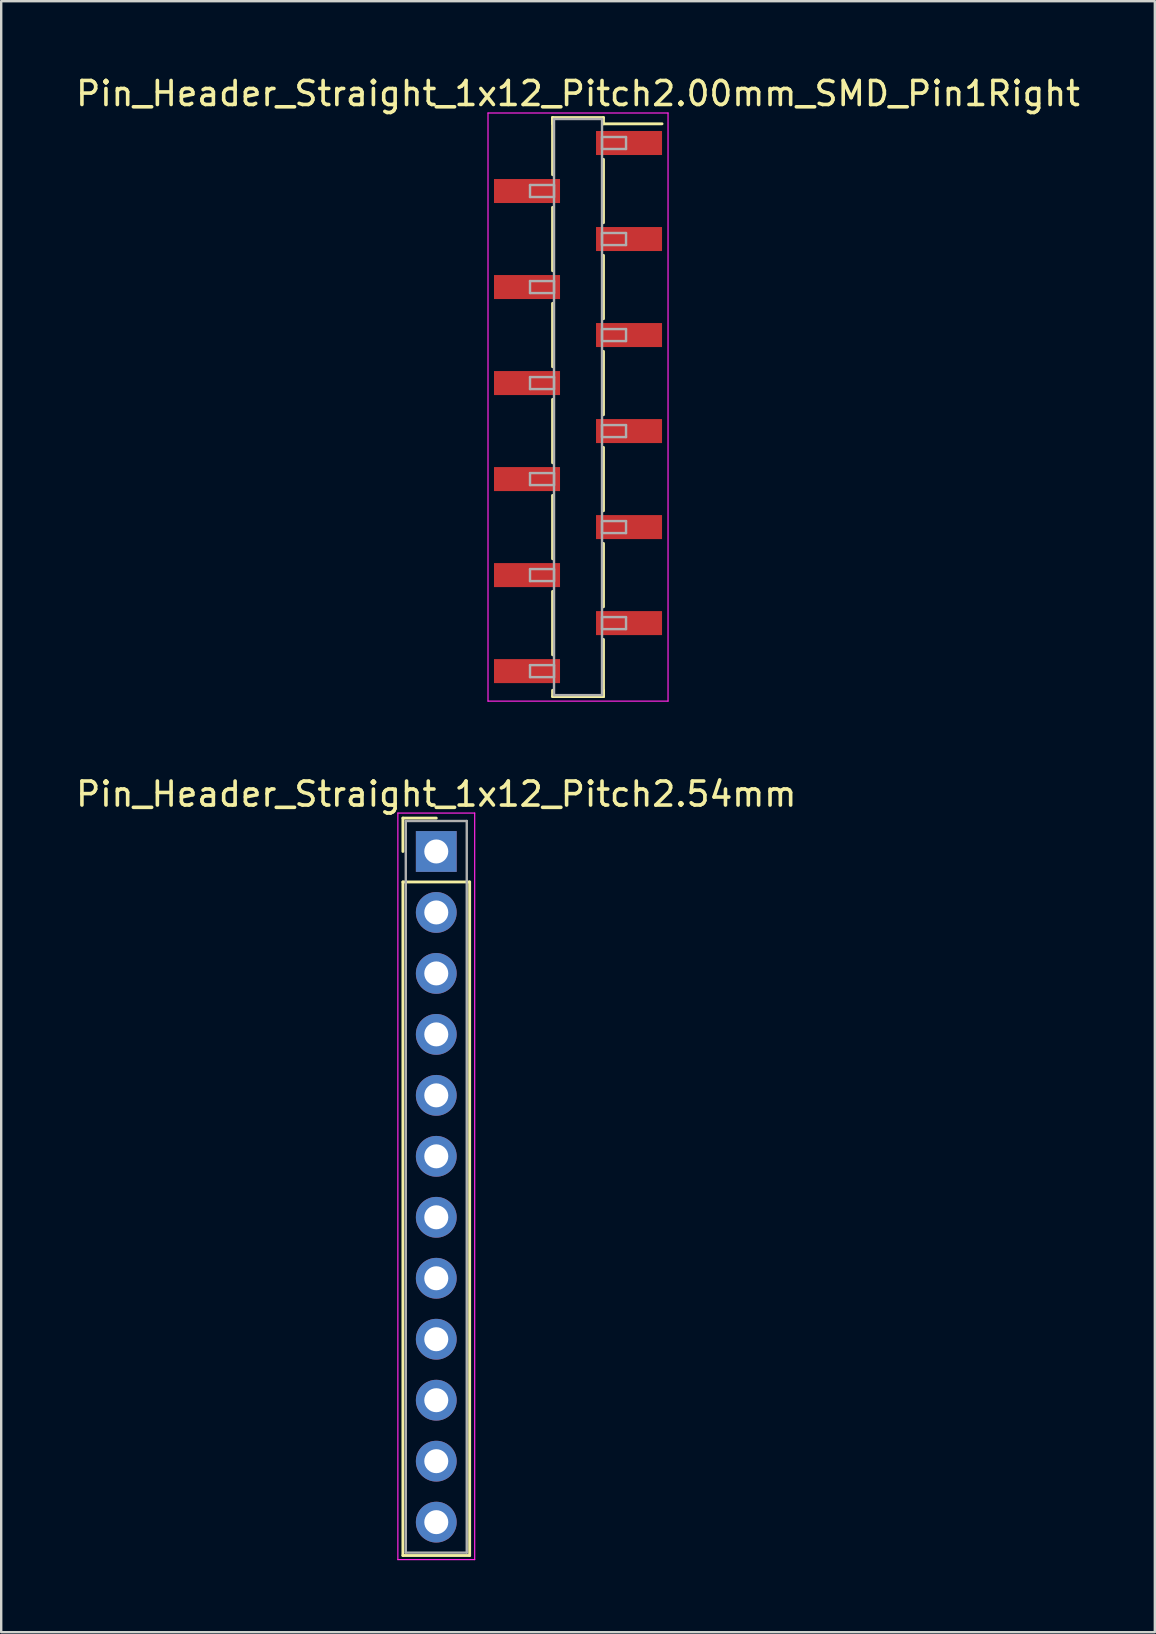
<source format=kicad_pcb>
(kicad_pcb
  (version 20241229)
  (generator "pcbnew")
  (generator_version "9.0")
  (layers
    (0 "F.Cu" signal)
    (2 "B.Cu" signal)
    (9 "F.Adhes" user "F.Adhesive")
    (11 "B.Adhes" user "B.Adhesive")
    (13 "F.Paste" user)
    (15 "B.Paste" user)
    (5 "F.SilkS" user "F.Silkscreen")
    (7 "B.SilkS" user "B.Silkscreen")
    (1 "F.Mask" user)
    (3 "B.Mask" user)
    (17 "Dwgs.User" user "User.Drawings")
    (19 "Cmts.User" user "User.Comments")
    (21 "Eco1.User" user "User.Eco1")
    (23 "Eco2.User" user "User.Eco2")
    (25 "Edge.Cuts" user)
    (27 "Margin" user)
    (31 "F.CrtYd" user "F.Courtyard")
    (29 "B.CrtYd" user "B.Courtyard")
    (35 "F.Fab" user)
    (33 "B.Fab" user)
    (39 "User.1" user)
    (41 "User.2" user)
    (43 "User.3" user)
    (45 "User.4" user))
  (footprint "Pin_Header_Straight_1x12_Pitch2.00mm_SMD_Pin1Right"
    (layer "F.Cu")
    (at 21.03 13.908)
    (property "Reference" "Pin_Header_Straight_1x12_Pitch2.00mm_SMD_Pin1Right" (at 0 -13.06 0) (layer "F.SilkS") (effects (font (size 1 1) (thickness 0.15))))
    (attr smd)
    (fp_line (start -1.06 -12.06) (end -1.06 -9.68) (stroke (width 0.12) (type solid)) (layer "F.SilkS"))
    (fp_line (start -1.06 -12.06) (end 1.06 -12.06) (stroke (width 0.12) (type solid)) (layer "F.SilkS"))
    (fp_line (start -1.06 -11.8) (end -1.06 -12.06) (stroke (width 0.12) (type solid)) (layer "F.SilkS"))
    (fp_line (start -1.06 -8.32) (end -1.06 -5.68) (stroke (width 0.12) (type solid)) (layer "F.SilkS"))
    (fp_line (start -1.06 -4.32) (end -1.06 -1.68) (stroke (width 0.12) (type solid)) (layer "F.SilkS"))
    (fp_line (start -1.06 -0.32) (end -1.06 2.32) (stroke (width 0.12) (type solid)) (layer "F.SilkS"))
    (fp_line (start -1.06 3.68) (end -1.06 6.32) (stroke (width 0.12) (type solid)) (layer "F.SilkS"))
    (fp_line (start -1.06 7.68) (end -1.06 10.32) (stroke (width 0.12) (type solid)) (layer "F.SilkS"))
    (fp_line (start -1.06 11.8) (end -1.06 12.06) (stroke (width 0.12) (type solid)) (layer "F.SilkS"))
    (fp_line (start -1.06 12.06) (end 1.06 12.06) (stroke (width 0.12) (type solid)) (layer "F.SilkS"))
    (fp_line (start 1.06 -12.06) (end 1.06 -11.8) (stroke (width 0.12) (type solid)) (layer "F.SilkS"))
    (fp_line (start 1.06 -11.8) (end 3.5 -11.8) (stroke (width 0.12) (type solid)) (layer "F.SilkS"))
    (fp_line (start 1.06 -10.32) (end 1.06 -7.68) (stroke (width 0.12) (type solid)) (layer "F.SilkS"))
    (fp_line (start 1.06 -6.32) (end 1.06 -3.68) (stroke (width 0.12) (type solid)) (layer "F.SilkS"))
    (fp_line (start 1.06 -2.32) (end 1.06 0.32) (stroke (width 0.12) (type solid)) (layer "F.SilkS"))
    (fp_line (start 1.06 1.68) (end 1.06 4.32) (stroke (width 0.12) (type solid)) (layer "F.SilkS"))
    (fp_line (start 1.06 5.68) (end 1.06 8.32) (stroke (width 0.12) (type solid)) (layer "F.SilkS"))
    (fp_line (start 1.06 9.68) (end 1.06 12.06) (stroke (width 0.12) (type solid)) (layer "F.SilkS"))
    (fp_line (start 1.06 12.06) (end 1.06 11.8) (stroke (width 0.12) (type solid)) (layer "F.SilkS"))
    (fp_line (start -3.75 -12.25) (end -3.75 12.25) (stroke (width 0.05) (type solid)) (layer "F.CrtYd"))
    (fp_line (start -3.75 12.25) (end 3.75 12.25) (stroke (width 0.05) (type solid)) (layer "F.CrtYd"))
    (fp_line (start 3.75 -12.25) (end -3.75 -12.25) (stroke (width 0.05) (type solid)) (layer "F.CrtYd"))
    (fp_line (start 3.75 12.25) (end 3.75 -12.25) (stroke (width 0.05) (type solid)) (layer "F.CrtYd"))
    (fp_line (start -2 -9.25) (end -1 -9.25) (stroke (width 0.1) (type solid)) (layer "F.Fab"))
    (fp_line (start -2 -8.75) (end -2 -9.25) (stroke (width 0.1) (type solid)) (layer "F.Fab"))
    (fp_line (start -2 -5.25) (end -1 -5.25) (stroke (width 0.1) (type solid)) (layer "F.Fab"))
    (fp_line (start -2 -4.75) (end -2 -5.25) (stroke (width 0.1) (type solid)) (layer "F.Fab"))
    (fp_line (start -2 -1.25) (end -1 -1.25) (stroke (width 0.1) (type solid)) (layer "F.Fab"))
    (fp_line (start -2 -0.75) (end -2 -1.25) (stroke (width 0.1) (type solid)) (layer "F.Fab"))
    (fp_line (start -2 2.75) (end -1 2.75) (stroke (width 0.1) (type solid)) (layer "F.Fab"))
    (fp_line (start -2 3.25) (end -2 2.75) (stroke (width 0.1) (type solid)) (layer "F.Fab"))
    (fp_line (start -2 6.75) (end -1 6.75) (stroke (width 0.1) (type solid)) (layer "F.Fab"))
    (fp_line (start -2 7.25) (end -2 6.75) (stroke (width 0.1) (type solid)) (layer "F.Fab"))
    (fp_line (start -2 10.75) (end -1 10.75) (stroke (width 0.1) (type solid)) (layer "F.Fab"))
    (fp_line (start -2 11.25) (end -2 10.75) (stroke (width 0.1) (type solid)) (layer "F.Fab"))
    (fp_line (start -1 -12) (end -1 12) (stroke (width 0.1) (type solid)) (layer "F.Fab"))
    (fp_line (start -1 -9.25) (end -1 -8.75) (stroke (width 0.1) (type solid)) (layer "F.Fab"))
    (fp_line (start -1 -8.75) (end -2 -8.75) (stroke (width 0.1) (type solid)) (layer "F.Fab"))
    (fp_line (start -1 -5.25) (end -1 -4.75) (stroke (width 0.1) (type solid)) (layer "F.Fab"))
    (fp_line (start -1 -4.75) (end -2 -4.75) (stroke (width 0.1) (type solid)) (layer "F.Fab"))
    (fp_line (start -1 -1.25) (end -1 -0.75) (stroke (width 0.1) (type solid)) (layer "F.Fab"))
    (fp_line (start -1 -0.75) (end -2 -0.75) (stroke (width 0.1) (type solid)) (layer "F.Fab"))
    (fp_line (start -1 2.75) (end -1 3.25) (stroke (width 0.1) (type solid)) (layer "F.Fab"))
    (fp_line (start -1 3.25) (end -2 3.25) (stroke (width 0.1) (type solid)) (layer "F.Fab"))
    (fp_line (start -1 6.75) (end -1 7.25) (stroke (width 0.1) (type solid)) (layer "F.Fab"))
    (fp_line (start -1 7.25) (end -2 7.25) (stroke (width 0.1) (type solid)) (layer "F.Fab"))
    (fp_line (start -1 10.75) (end -1 11.25) (stroke (width 0.1) (type solid)) (layer "F.Fab"))
    (fp_line (start -1 11.25) (end -2 11.25) (stroke (width 0.1) (type solid)) (layer "F.Fab"))
    (fp_line (start -1 12) (end 1 12) (stroke (width 0.1) (type solid)) (layer "F.Fab"))
    (fp_line (start 1 -12) (end -1 -12) (stroke (width 0.1) (type solid)) (layer "F.Fab"))
    (fp_line (start 1 -11.25) (end 1 -10.75) (stroke (width 0.1) (type solid)) (layer "F.Fab"))
    (fp_line (start 1 -10.75) (end 2 -10.75) (stroke (width 0.1) (type solid)) (layer "F.Fab"))
    (fp_line (start 1 -7.25) (end 1 -6.75) (stroke (width 0.1) (type solid)) (layer "F.Fab"))
    (fp_line (start 1 -6.75) (end 2 -6.75) (stroke (width 0.1) (type solid)) (layer "F.Fab"))
    (fp_line (start 1 -3.25) (end 1 -2.75) (stroke (width 0.1) (type solid)) (layer "F.Fab"))
    (fp_line (start 1 -2.75) (end 2 -2.75) (stroke (width 0.1) (type solid)) (layer "F.Fab"))
    (fp_line (start 1 0.75) (end 1 1.25) (stroke (width 0.1) (type solid)) (layer "F.Fab"))
    (fp_line (start 1 1.25) (end 2 1.25) (stroke (width 0.1) (type solid)) (layer "F.Fab"))
    (fp_line (start 1 4.75) (end 1 5.25) (stroke (width 0.1) (type solid)) (layer "F.Fab"))
    (fp_line (start 1 5.25) (end 2 5.25) (stroke (width 0.1) (type solid)) (layer "F.Fab"))
    (fp_line (start 1 8.75) (end 1 9.25) (stroke (width 0.1) (type solid)) (layer "F.Fab"))
    (fp_line (start 1 9.25) (end 2 9.25) (stroke (width 0.1) (type solid)) (layer "F.Fab"))
    (fp_line (start 1 12) (end 1 -12) (stroke (width 0.1) (type solid)) (layer "F.Fab"))
    (fp_line (start 2 -11.25) (end 1 -11.25) (stroke (width 0.1) (type solid)) (layer "F.Fab"))
    (fp_line (start 2 -10.75) (end 2 -11.25) (stroke (width 0.1) (type solid)) (layer "F.Fab"))
    (fp_line (start 2 -7.25) (end 1 -7.25) (stroke (width 0.1) (type solid)) (layer "F.Fab"))
    (fp_line (start 2 -6.75) (end 2 -7.25) (stroke (width 0.1) (type solid)) (layer "F.Fab"))
    (fp_line (start 2 -3.25) (end 1 -3.25) (stroke (width 0.1) (type solid)) (layer "F.Fab"))
    (fp_line (start 2 -2.75) (end 2 -3.25) (stroke (width 0.1) (type solid)) (layer "F.Fab"))
    (fp_line (start 2 0.75) (end 1 0.75) (stroke (width 0.1) (type solid)) (layer "F.Fab"))
    (fp_line (start 2 1.25) (end 2 0.75) (stroke (width 0.1) (type solid)) (layer "F.Fab"))
    (fp_line (start 2 4.75) (end 1 4.75) (stroke (width 0.1) (type solid)) (layer "F.Fab"))
    (fp_line (start 2 5.25) (end 2 4.75) (stroke (width 0.1) (type solid)) (layer "F.Fab"))
    (fp_line (start 2 8.75) (end 1 8.75) (stroke (width 0.1) (type solid)) (layer "F.Fab"))
    (fp_line (start 2 9.25) (end 2 8.75) (stroke (width 0.1) (type solid)) (layer "F.Fab"))
    (pad "1" smd rect (at 2.125 -11) (size 2.75 1) (layers "F.Cu" "F.Mask"))
    (pad "2" smd rect (at -2.125 -9) (size 2.75 1) (layers "F.Cu" "F.Mask"))
    (pad "3" smd rect (at 2.125 -7) (size 2.75 1) (layers "F.Cu" "F.Mask"))
    (pad "4" smd rect (at -2.125 -5) (size 2.75 1) (layers "F.Cu" "F.Mask"))
    (pad "5" smd rect (at 2.125 -3) (size 2.75 1) (layers "F.Cu" "F.Mask"))
    (pad "6" smd rect (at -2.125 -1) (size 2.75 1) (layers "F.Cu" "F.Mask"))
    (pad "7" smd rect (at 2.125 1) (size 2.75 1) (layers "F.Cu" "F.Mask"))
    (pad "8" smd rect (at -2.125 3) (size 2.75 1) (layers "F.Cu" "F.Mask"))
    (pad "9" smd rect (at 2.125 5) (size 2.75 1) (layers "F.Cu" "F.Mask"))
    (pad "10" smd rect (at -2.125 7) (size 2.75 1) (layers "F.Cu" "F.Mask"))
    (pad "11" smd rect (at 2.125 9) (size 2.75 1) (layers "F.Cu" "F.Mask"))
    (pad "12" smd rect (at -2.125 11) (size 2.75 1) (layers "F.Cu" "F.Mask")))
  (footprint "Pin_Header_Straight_1x12_Pitch2.54mm"
    (layer "F.Cu")
    (at 15.125 32.422)
    (property "Reference" "Pin_Header_Straight_1x12_Pitch2.54mm" (at 0 -2.39 0) (layer "F.SilkS") (effects (font (size 1 1) (thickness 0.15))))
    (attr through_hole)
    (fp_line (start -1.39 -1.39) (end 0 -1.39) (stroke (width 0.12) (type solid)) (layer "F.SilkS"))
    (fp_line (start -1.39 0) (end -1.39 -1.39) (stroke (width 0.12) (type solid)) (layer "F.SilkS"))
    (fp_line (start -1.39 1.27) (end -1.39 29.33) (stroke (width 0.12) (type solid)) (layer "F.SilkS"))
    (fp_line (start -1.39 29.33) (end 1.39 29.33) (stroke (width 0.12) (type solid)) (layer "F.SilkS"))
    (fp_line (start 1.39 1.27) (end -1.39 1.27) (stroke (width 0.12) (type solid)) (layer "F.SilkS"))
    (fp_line (start 1.39 29.33) (end 1.39 1.27) (stroke (width 0.12) (type solid)) (layer "F.SilkS"))
    (fp_line (start -1.6 -1.6) (end -1.6 29.5) (stroke (width 0.05) (type solid)) (layer "F.CrtYd"))
    (fp_line (start -1.6 29.5) (end 1.6 29.5) (stroke (width 0.05) (type solid)) (layer "F.CrtYd"))
    (fp_line (start 1.6 -1.6) (end -1.6 -1.6) (stroke (width 0.05) (type solid)) (layer "F.CrtYd"))
    (fp_line (start 1.6 29.5) (end 1.6 -1.6) (stroke (width 0.05) (type solid)) (layer "F.CrtYd"))
    (fp_line (start -1.27 -1.27) (end -1.27 29.21) (stroke (width 0.1) (type solid)) (layer "F.Fab"))
    (fp_line (start -1.27 29.21) (end 1.27 29.21) (stroke (width 0.1) (type solid)) (layer "F.Fab"))
    (fp_line (start 1.27 -1.27) (end -1.27 -1.27) (stroke (width 0.1) (type solid)) (layer "F.Fab"))
    (fp_line (start 1.27 29.21) (end 1.27 -1.27) (stroke (width 0.1) (type solid)) (layer "F.Fab"))
    (pad "1" thru_hole rect (at 0 0) (size 1.7 1.7) (drill 1) (layers "*.Cu" "*.Mask"))
    (pad "2" thru_hole oval (at 0 2.54) (size 1.7 1.7) (drill 1) (layers "*.Cu" "*.Mask"))
    (pad "3" thru_hole oval (at 0 5.08) (size 1.7 1.7) (drill 1) (layers "*.Cu" "*.Mask"))
    (pad "4" thru_hole oval (at 0 7.62) (size 1.7 1.7) (drill 1) (layers "*.Cu" "*.Mask"))
    (pad "5" thru_hole oval (at 0 10.16) (size 1.7 1.7) (drill 1) (layers "*.Cu" "*.Mask"))
    (pad "6" thru_hole oval (at 0 12.7) (size 1.7 1.7) (drill 1) (layers "*.Cu" "*.Mask"))
    (pad "7" thru_hole oval (at 0 15.24) (size 1.7 1.7) (drill 1) (layers "*.Cu" "*.Mask"))
    (pad "8" thru_hole oval (at 0 17.78) (size 1.7 1.7) (drill 1) (layers "*.Cu" "*.Mask"))
    (pad "9" thru_hole oval (at 0 20.32) (size 1.7 1.7) (drill 1) (layers "*.Cu" "*.Mask"))
    (pad "10" thru_hole oval (at 0 22.86) (size 1.7 1.7) (drill 1) (layers "*.Cu" "*.Mask"))
    (pad "11" thru_hole oval (at 0 25.4) (size 1.7 1.7) (drill 1) (layers "*.Cu" "*.Mask"))
    (pad "12" thru_hole oval (at 0 27.94) (size 1.7 1.7) (drill 1) (layers "*.Cu" "*.Mask")))
  (gr_rect
    (start -3 -3)
    (end 45.06 64.947)
    (stroke (width 0.1) (type default))
    (fill no)
    (layer "Edge.Cuts")))
</source>
